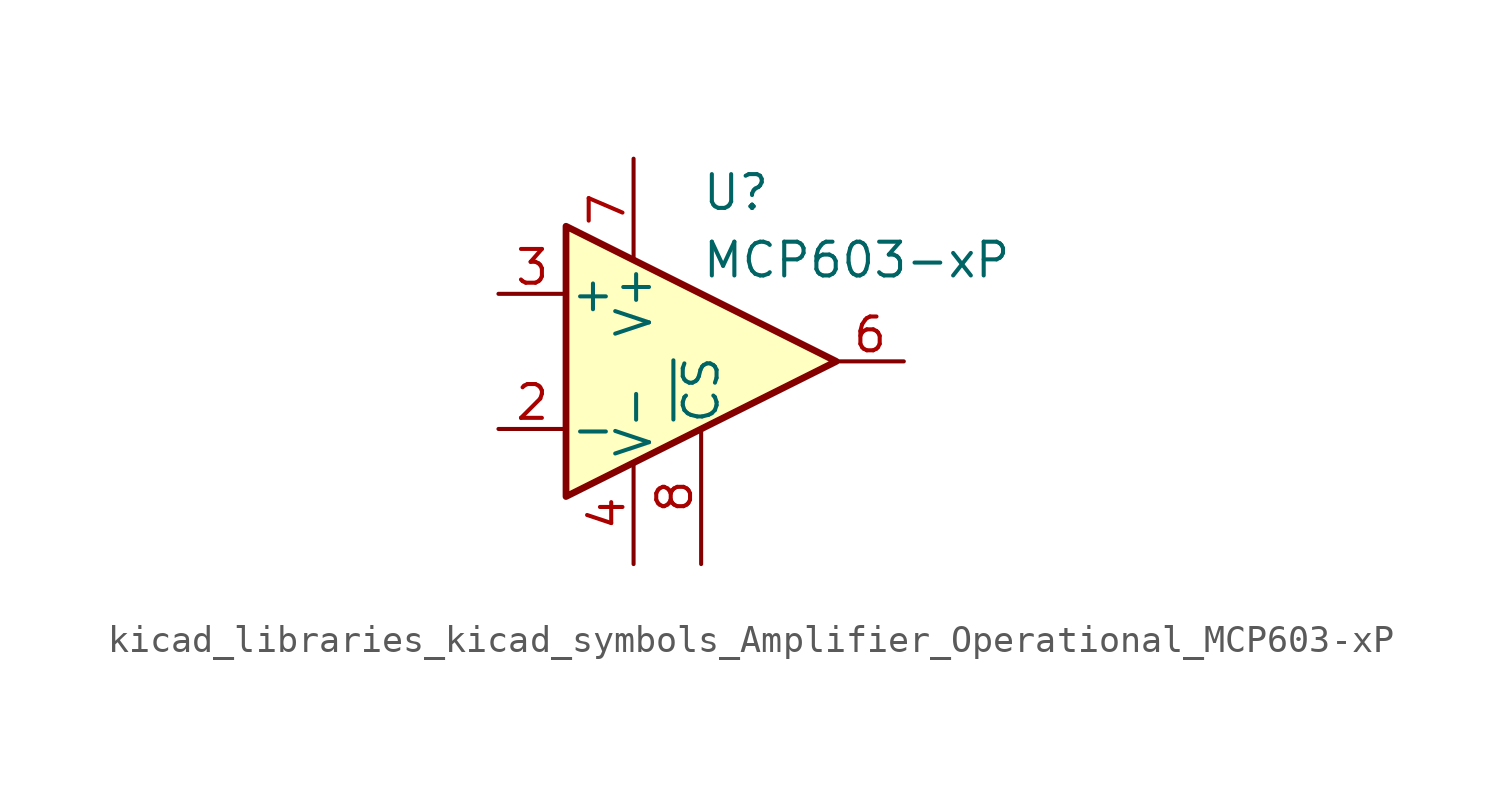
<source format=kicad_sym>
(kicad_symbol_lib
  (version 20220914)
  (generator kicad_symbol_editor)
  (symbol "kicad_libraries_kicad_symbols_Amplifier_Operational_MCP603-xP"
    (pin_names
      (offset 0.127))
    (property "Reference" "U"
      (at 0 6.35 0)
      (effects (font (size 1.27 1.27)) (justify left)))
    (property "Value" "MCP603-xP"
      (at 0 3.81 0)
      (effects (font (size 1.27 1.27)) (justify left)))
    (symbol "kicad_libraries_kicad_symbols_Amplifier_Operational_MCP603-xP_0_1"
      (polyline (pts (xy -5.08 5.08) (xy 5.08 0) (xy -5.08 -5.08) (xy -5.08 5.08)) (stroke (width 0.254) (type default)) (fill (type background))))
    (symbol "kicad_libraries_kicad_symbols_Amplifier_Operational_MCP603-xP_1_1"
      (pin no_connect line (at 0 -2.54 90) (length 2.54) hide (name "NC" (effects (font (size 1.27 1.27)))) (number "1" (effects (font (size 1.27 1.27)))))
      (pin input line (at -7.62 -2.54 0) (length 2.54) (name "-" (effects (font (size 1.27 1.27)))) (number "2" (effects (font (size 1.27 1.27)))))
      (pin input line (at -7.62 2.54 0) (length 2.54) (name "+" (effects (font (size 1.27 1.27)))) (number "3" (effects (font (size 1.27 1.27)))))
      (pin power_in line (at -2.54 -7.62 90) (length 3.81) (name "V-" (effects (font (size 1.27 1.27)))) (number "4" (effects (font (size 1.27 1.27)))))
      (pin no_connect line (at -2.54 -2.54 90) (length 2.54) hide (name "NC" (effects (font (size 1.27 1.27)))) (number "5" (effects (font (size 1.27 1.27)))))
      (pin output line (at 7.62 0 180) (length 2.54) (name "~" (effects (font (size 1.27 1.27)))) (number "6" (effects (font (size 1.27 1.27)))))
      (pin power_in line (at -2.54 7.62 270) (length 3.81) (name "V+" (effects (font (size 1.27 1.27)))) (number "7" (effects (font (size 1.27 1.27)))))
      (pin input line (at 0 -7.62 90) (length 5.08) (name "~{CS}" (effects (font (size 1.27 1.27)))) (number "8" (effects (font (size 1.27 1.27))))))))
</source>
